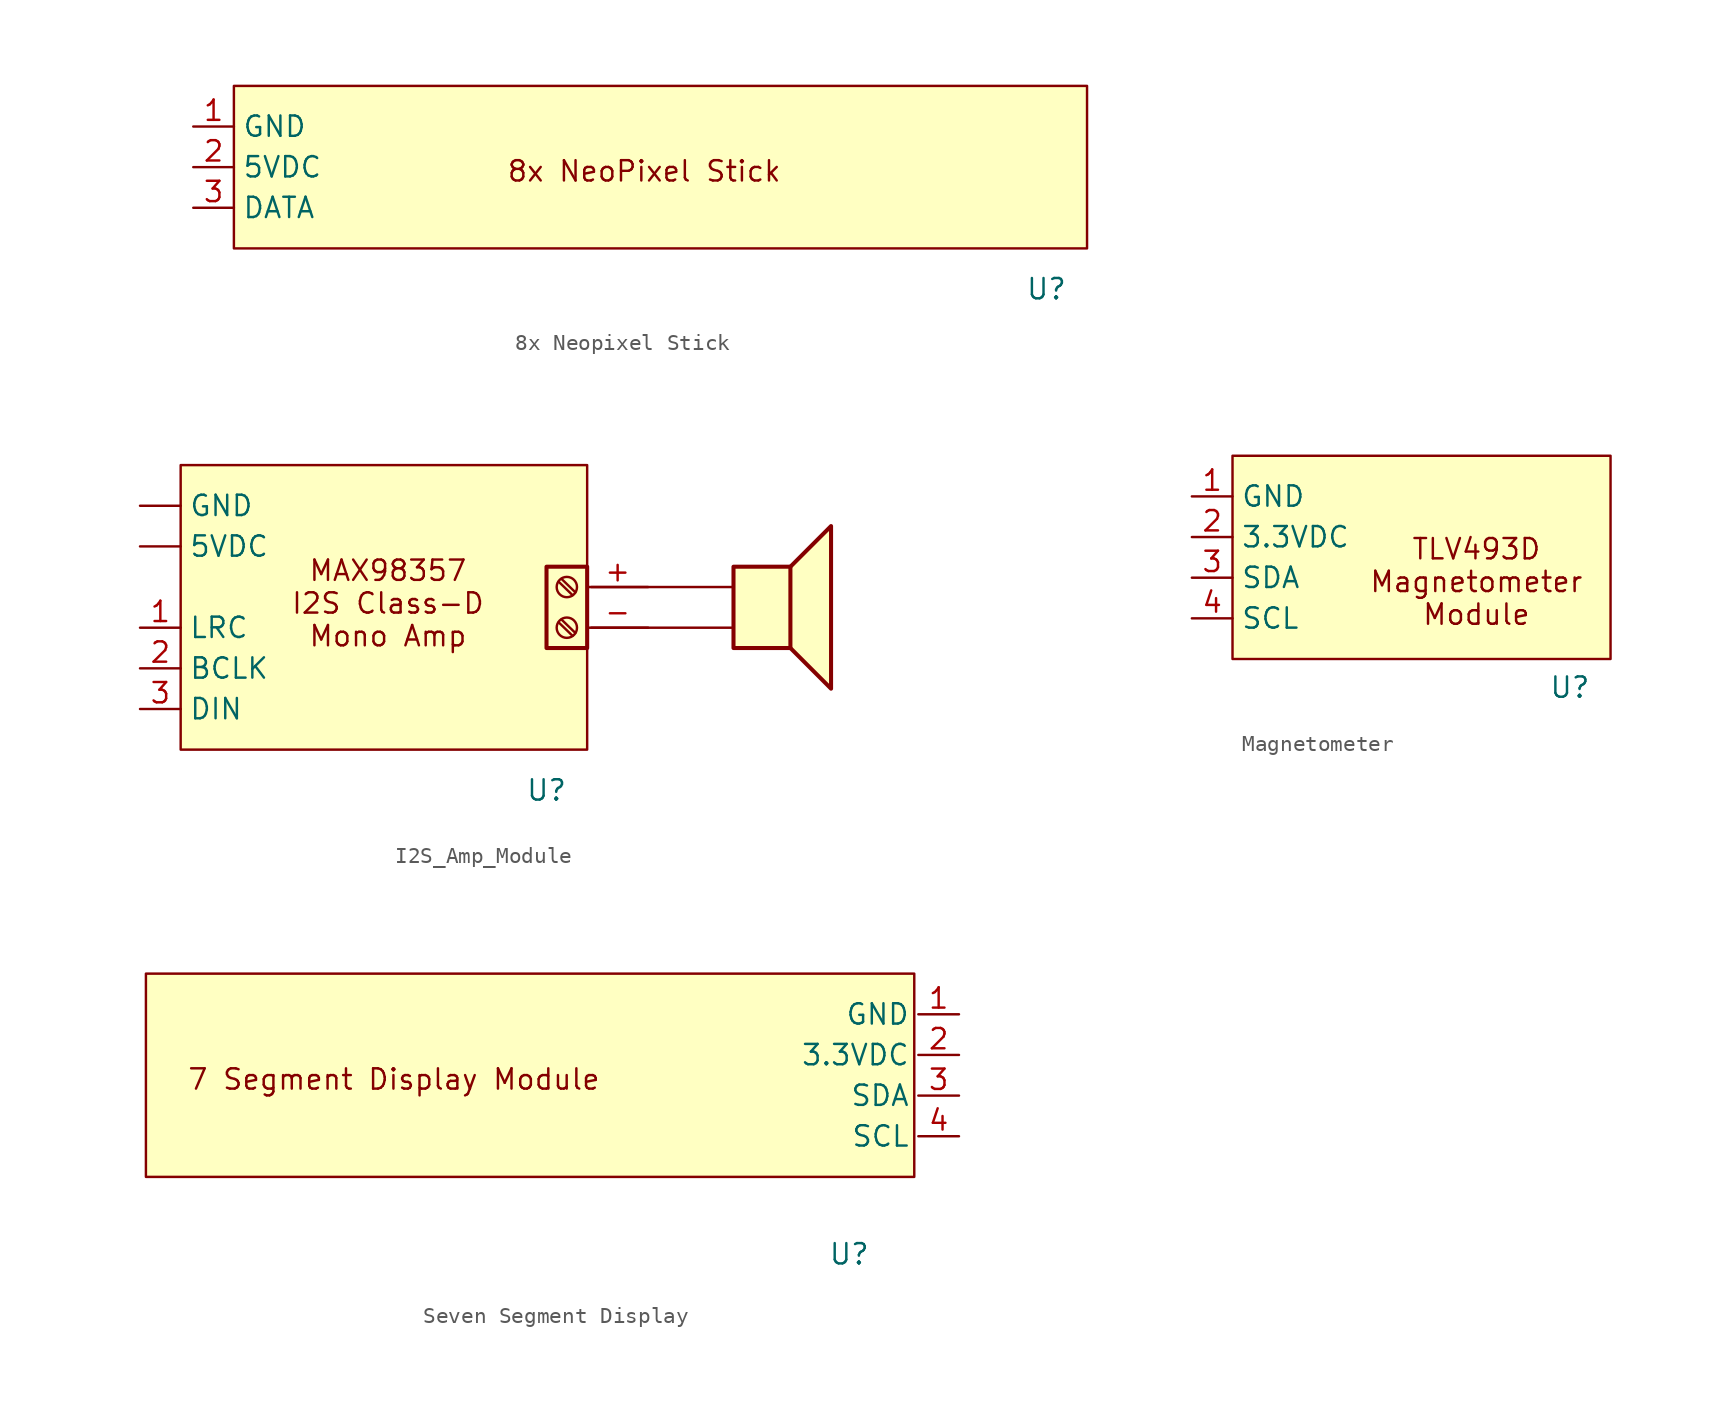
<source format=kicad_sym>
(kicad_symbol_lib
  (version 20220914)
  (generator kicad_symbol_editor)
  (symbol "8x Neopixel Stick"
    (property "Reference" "U"
      (at 25.4 -7.62 0)
      (effects (font (size 1.27 1.27))))
    (property "Value" ""
      (at -29.972 -1.27 0)
      (effects (font (size 1.27 1.27))))
    (symbol "8x Neopixel Stick_1_1"
      (rectangle (start -25.4 5.08) (end 27.94 -5.08) (stroke (width 0) (type default)) (fill (type background)))
      (text "8x NeoPixel Stick" (at 0.254 -0.254 0) (effects (font (size 1.27 1.27))))
      (pin input line (at -27.94 2.54 0) (length 2.54) (name "GND" (effects (font (size 1.27 1.27)))) (number "1" (effects (font (size 1.27 1.27)))))
      (pin input line (at -27.94 0 0) (length 2.54) (name "5VDC" (effects (font (size 1.27 1.27)))) (number "2" (effects (font (size 1.27 1.27)))))
      (pin input line (at -27.94 -2.54 0) (length 2.54) (name "DATA" (effects (font (size 1.27 1.27)))) (number "3" (effects (font (size 1.27 1.27)))))))
  (symbol "I2S_Amp_Module"
    (property "Reference" "U"
      (at 7.62 -12.7 0)
      (effects (font (size 1.27 1.27))))
    (property "Value" ""
      (at 0 -2.54 0)
      (effects (font (size 1.27 1.27))))
    (symbol "I2S_Amp_Module_0_1"
      (polyline (pts (xy 10.414 -2.54) (xy 19.304 -2.54)) (stroke (width 0) (type default)) (fill (type none)))
      (polyline (pts (xy 10.414 0) (xy 19.304 0)) (stroke (width 0) (type default)) (fill (type none))))
    (symbol "I2S_Amp_Module_1_0"
      (polyline (pts (xy 22.86 1.27) (xy 25.4 3.81) (xy 25.4 -6.35) (xy 22.86 -3.81)) (stroke (width 0.254) (type default)) (fill (type background)))
      (rectangle (start 19.304 1.27) (end 22.86 -3.81) (stroke (width 0.254) (type default)) (fill (type background))))
    (symbol "I2S_Amp_Module_1_1"
      (rectangle (start -15.24 7.62) (end 10.16 -10.16) (stroke (width 0) (type default)) (fill (type background)))
      (polyline (pts (xy 9.246 -3.048) (xy 8.382 -2.21)) (stroke (width 0.152) (type default)) (fill (type none)))
      (polyline (pts (xy 9.246 -0.508) (xy 8.382 0.33)) (stroke (width 0.152) (type default)) (fill (type none)))
      (polyline (pts (xy 9.423 -2.87) (xy 8.56 -2.032)) (stroke (width 0.152) (type default)) (fill (type none)))
      (polyline (pts (xy 9.423 -0.33) (xy 8.56 0.508)) (stroke (width 0.152) (type default)) (fill (type none)))
      (rectangle (start 7.62 1.27) (end 10.16 -3.81) (stroke (width 0.254) (type default)) (fill (type background)))
      (circle (center 8.89 -2.54) (radius 0.635) (stroke (width 0.152) (type default)) (fill (type none)))
      (circle (center 8.89 0) (radius 0.635) (stroke (width 0.152) (type default)) (fill (type none)))
      (text "MAX98357\nI2S Class-D\nMono Amp" (at -2.286 -1.016 0) (effects (font (size 1.27 1.27))))
      (pin input line (at -17.78 2.54 0) (length 2.54) (name "5VDC" (effects (font (size 1.27 1.27)))) (number "" (effects (font (size 1.27 1.27)))))
      (pin input line (at -17.78 5.08 0) (length 2.54) (name "GND" (effects (font (size 1.27 1.27)))) (number "" (effects (font (size 1.27 1.27)))))
      (pin passive line (at 13.97 0 180) (length 3.81) (name "" (effects (font (size 1.27 1.27)))) (number "+" (effects (font (size 1.27 1.27)))))
      (pin passive line (at 13.97 -2.54 180) (length 3.81) (name "" (effects (font (size 1.27 1.27)))) (number "-" (effects (font (size 1.27 1.27)))))
      (pin input line (at -17.78 -2.54 0) (length 2.54) (name "LRC" (effects (font (size 1.27 1.27)))) (number "1" (effects (font (size 1.27 1.27)))))
      (pin input line (at -17.78 -5.08 0) (length 2.54) (name "BCLK" (effects (font (size 1.27 1.27)))) (number "2" (effects (font (size 1.27 1.27)))))
      (pin input line (at -17.78 -7.62 0) (length 2.54) (name "DIN" (effects (font (size 1.27 1.27)))) (number "3" (effects (font (size 1.27 1.27)))))))
  (symbol "Magnetometer"
    (property "Reference" "U"
      (at 13.462 -9.398 0)
      (effects (font (size 1.27 1.27))))
    (property "Value" ""
      (at -20.32 0 0)
      (effects (font (size 1.27 1.27))))
    (symbol "Magnetometer_1_1"
      (rectangle (start -7.62 5.08) (end 16.002 -7.62) (stroke (width 0) (type default)) (fill (type background)))
      (text "TLV493D\nMagnetometer\nModule" (at 7.62 -2.794 0) (effects (font (size 1.27 1.27))))
      (pin input line (at -10.16 2.54 0) (length 2.54) (name "GND" (effects (font (size 1.27 1.27)))) (number "1" (effects (font (size 1.27 1.27)))))
      (pin input line (at -10.16 0 0) (length 2.54) (name "3.3VDC" (effects (font (size 1.27 1.27)))) (number "2" (effects (font (size 1.27 1.27)))))
      (pin input line (at -10.16 -2.54 0) (length 2.54) (name "SDA" (effects (font (size 1.27 1.27)))) (number "3" (effects (font (size 1.27 1.27)))))
      (pin input line (at -10.16 -5.08 0) (length 2.54) (name "SCL" (effects (font (size 1.27 1.27)))) (number "4" (effects (font (size 1.27 1.27)))))))
  (symbol "Seven Segment Display"
    (property "Reference" "U"
      (at 18.542 -12.446 0)
      (effects (font (size 1.27 1.27))))
    (property "Value" ""
      (at 19.05 2.54 90)
      (effects (font (size 1.27 1.27))))
    (symbol "Seven Segment Display_1_1"
      (rectangle (start -25.4 5.08) (end 22.606 -7.62) (stroke (width 0) (type default)) (fill (type background)))
      (text "7 Segment Display Module\n" (at -9.906 -1.524 0) (effects (font (size 1.27 1.27))))
      (pin input line (at 25.4 2.54 180) (length 2.54) (name "GND" (effects (font (size 1.27 1.27)))) (number "1" (effects (font (size 1.27 1.27)))))
      (pin input line (at 25.4 0 180) (length 2.54) (name "3.3VDC" (effects (font (size 1.27 1.27)))) (number "2" (effects (font (size 1.27 1.27)))))
      (pin input line (at 25.4 -2.54 180) (length 2.54) (name "SDA" (effects (font (size 1.27 1.27)))) (number "3" (effects (font (size 1.27 1.27)))))
      (pin input line (at 25.4 -5.08 180) (length 2.54) (name "SCL" (effects (font (size 1.27 1.27)))) (number "4" (effects (font (size 1.27 1.27))))))))
</source>
